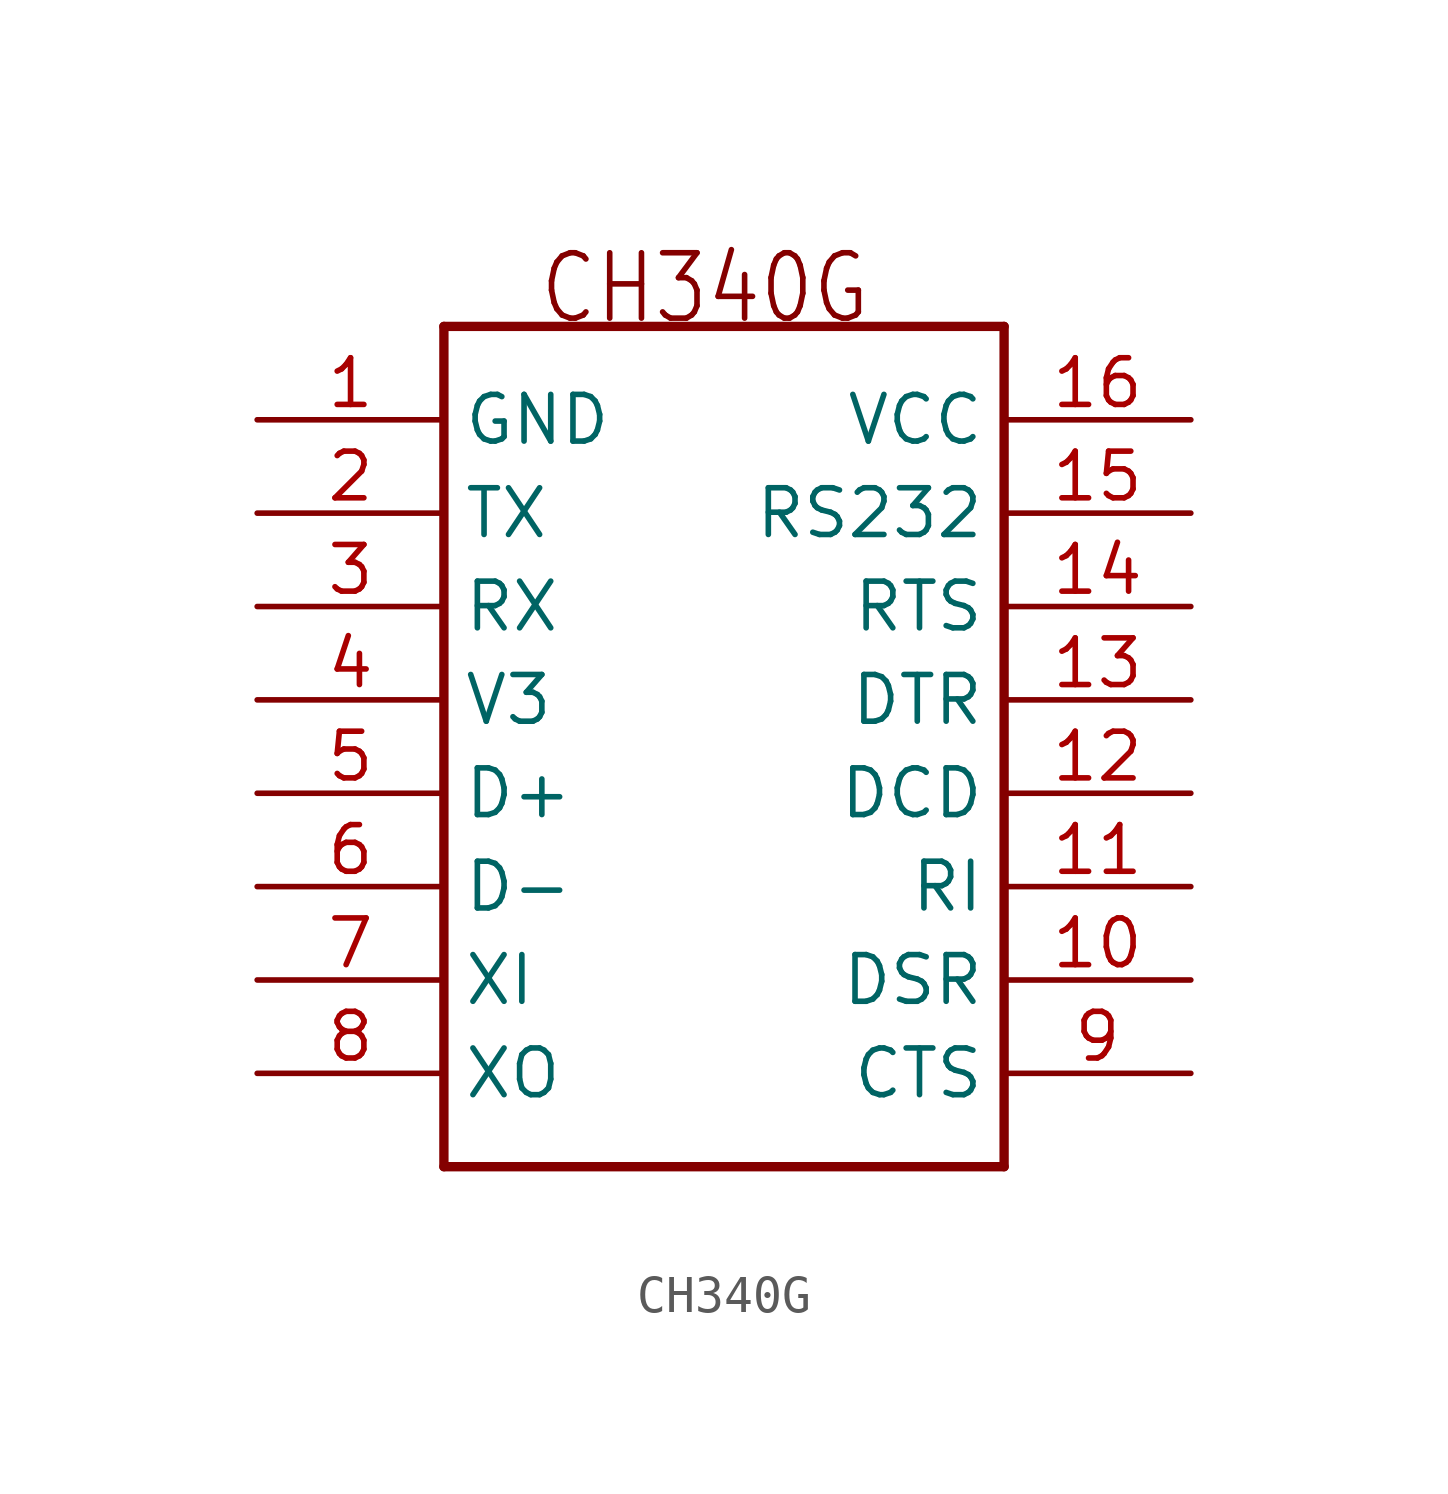
<source format=kicad_sym>
(kicad_symbol_lib
  (version 20231120)
  (generator "kicad_symbol_editor")
  (generator_version "8.0")
  (symbol "CH340G"
    (property "Reference" ""
      (at 0 0 0)
      (effects (font (size 1.27 1.27)) (hide yes)))
    (property "ki_locked" ""
      (at 0 0 0)
      (effects (font (size 1.27 1.27))))
    (symbol "CH340G_1_0"
      (polyline (pts (xy -7.62 -10.16) (xy -7.62 12.7)) (stroke (width 0.254) (type solid)) (fill (type none)))
      (polyline (pts (xy -7.62 12.7) (xy 7.62 12.7)) (stroke (width 0.254) (type solid)) (fill (type none)))
      (polyline (pts (xy 7.62 -10.16) (xy -7.62 -10.16)) (stroke (width 0.254) (type solid)) (fill (type none)))
      (polyline (pts (xy 7.62 12.7) (xy 7.62 -10.16)) (stroke (width 0.254) (type solid)) (fill (type none)))
      (text "CH340G" (at -5.08 12.7 0) (effects (font (size 1.778 1.511)) (justify left bottom)))
      (pin bidirectional line (at -12.7 10.16 0) (length 5.08) (name "GND" (effects (font (size 1.27 1.27)))) (number "1" (effects (font (size 1.27 1.27)))))
      (pin bidirectional line (at 12.7 -5.08 180) (length 5.08) (name "DSR" (effects (font (size 1.27 1.27)))) (number "10" (effects (font (size 1.27 1.27)))))
      (pin bidirectional line (at 12.7 -2.54 180) (length 5.08) (name "RI" (effects (font (size 1.27 1.27)))) (number "11" (effects (font (size 1.27 1.27)))))
      (pin bidirectional line (at 12.7 0 180) (length 5.08) (name "DCD" (effects (font (size 1.27 1.27)))) (number "12" (effects (font (size 1.27 1.27)))))
      (pin bidirectional line (at 12.7 2.54 180) (length 5.08) (name "DTR" (effects (font (size 1.27 1.27)))) (number "13" (effects (font (size 1.27 1.27)))))
      (pin bidirectional line (at 12.7 5.08 180) (length 5.08) (name "RTS" (effects (font (size 1.27 1.27)))) (number "14" (effects (font (size 1.27 1.27)))))
      (pin bidirectional line (at 12.7 7.62 180) (length 5.08) (name "RS232" (effects (font (size 1.27 1.27)))) (number "15" (effects (font (size 1.27 1.27)))))
      (pin bidirectional line (at 12.7 10.16 180) (length 5.08) (name "VCC" (effects (font (size 1.27 1.27)))) (number "16" (effects (font (size 1.27 1.27)))))
      (pin bidirectional line (at -12.7 7.62 0) (length 5.08) (name "TX" (effects (font (size 1.27 1.27)))) (number "2" (effects (font (size 1.27 1.27)))))
      (pin bidirectional line (at -12.7 5.08 0) (length 5.08) (name "RX" (effects (font (size 1.27 1.27)))) (number "3" (effects (font (size 1.27 1.27)))))
      (pin bidirectional line (at -12.7 2.54 0) (length 5.08) (name "V3" (effects (font (size 1.27 1.27)))) (number "4" (effects (font (size 1.27 1.27)))))
      (pin bidirectional line (at -12.7 0 0) (length 5.08) (name "D+" (effects (font (size 1.27 1.27)))) (number "5" (effects (font (size 1.27 1.27)))))
      (pin bidirectional line (at -12.7 -2.54 0) (length 5.08) (name "D-" (effects (font (size 1.27 1.27)))) (number "6" (effects (font (size 1.27 1.27)))))
      (pin bidirectional line (at -12.7 -5.08 0) (length 5.08) (name "XI" (effects (font (size 1.27 1.27)))) (number "7" (effects (font (size 1.27 1.27)))))
      (pin bidirectional line (at -12.7 -7.62 0) (length 5.08) (name "XO" (effects (font (size 1.27 1.27)))) (number "8" (effects (font (size 1.27 1.27)))))
      (pin bidirectional line (at 12.7 -7.62 180) (length 5.08) (name "CTS" (effects (font (size 1.27 1.27)))) (number "9" (effects (font (size 1.27 1.27))))))))
</source>
